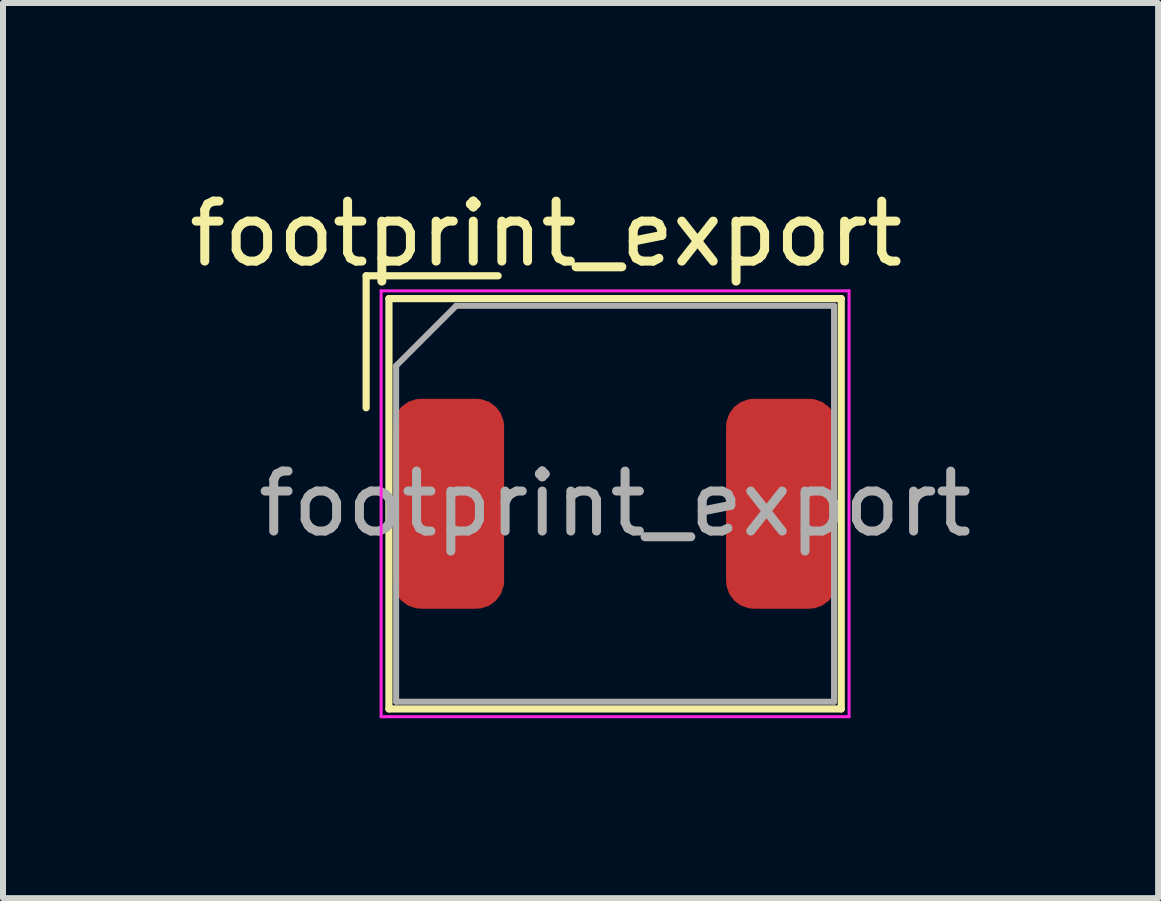
<source format=kicad_pcb>
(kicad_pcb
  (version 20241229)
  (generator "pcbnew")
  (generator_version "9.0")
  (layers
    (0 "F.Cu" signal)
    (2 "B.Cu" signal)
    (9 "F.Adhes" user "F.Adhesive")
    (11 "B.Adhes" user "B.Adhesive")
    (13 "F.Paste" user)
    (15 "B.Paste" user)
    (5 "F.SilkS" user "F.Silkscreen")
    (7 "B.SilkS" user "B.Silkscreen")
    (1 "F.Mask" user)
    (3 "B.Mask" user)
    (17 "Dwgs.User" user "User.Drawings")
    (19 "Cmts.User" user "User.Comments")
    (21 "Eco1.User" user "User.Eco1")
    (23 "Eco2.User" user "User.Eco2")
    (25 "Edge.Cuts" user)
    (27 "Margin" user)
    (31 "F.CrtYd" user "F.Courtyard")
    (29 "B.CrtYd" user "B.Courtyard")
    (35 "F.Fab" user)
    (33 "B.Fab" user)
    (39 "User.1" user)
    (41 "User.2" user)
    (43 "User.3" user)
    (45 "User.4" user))
  (footprint "footprint_export"
    (layer "F.Cu")
    (at 7.204 5.348)
    (property "Reference" "footprint_export" (at -1.15 -4.5 0) (layer "F.SilkS") (effects (font (size 1 1) (thickness 0.15))))
    (attr smd)
    (fp_line (start -4.15 -3.8) (end -1.95 -3.8) (stroke (width 0.12) (type solid)) (layer "F.SilkS"))
    (fp_line (start -4.15 -1.6) (end -4.15 -3.8) (stroke (width 0.12) (type solid)) (layer "F.SilkS"))
    (fp_line (start -3.77 -3.42) (end -3.77 3.42) (stroke (width 0.12) (type solid)) (layer "F.SilkS"))
    (fp_line (start -3.77 -3.42) (end 3.77 -3.42) (stroke (width 0.12) (type solid)) (layer "F.SilkS"))
    (fp_line (start -3.77 3.42) (end 3.77 3.42) (stroke (width 0.12) (type solid)) (layer "F.SilkS"))
    (fp_line (start 3.77 -3.42) (end 3.77 3.42) (stroke (width 0.12) (type solid)) (layer "F.SilkS"))
    (fp_line (start -3.9 -3.55) (end -3.9 3.55) (stroke (width 0.05) (type solid)) (layer "F.CrtYd"))
    (fp_line (start -3.9 -3.55) (end 3.9 -3.55) (stroke (width 0.05) (type solid)) (layer "F.CrtYd"))
    (fp_line (start -3.9 3.55) (end 3.9 3.55) (stroke (width 0.05) (type solid)) (layer "F.CrtYd"))
    (fp_line (start 3.9 -3.55) (end 3.9 3.55) (stroke (width 0.05) (type solid)) (layer "F.CrtYd"))
    (fp_line (start -3.65 -2.3) (end -2.65 -3.3) (stroke (width 0.1) (type solid)) (layer "F.Fab"))
    (fp_line (start -3.65 3.3) (end -3.65 -2.3) (stroke (width 0.1) (type solid)) (layer "F.Fab"))
    (fp_line (start -2.65 -3.3) (end 3.65 -3.3) (stroke (width 0.1) (type solid)) (layer "F.Fab"))
    (fp_line (start 3.65 -3.3) (end 3.65 3.3) (stroke (width 0.1) (type solid)) (layer "F.Fab"))
    (fp_line (start 3.65 3.3) (end -3.65 3.3) (stroke (width 0.1) (type solid)) (layer "F.Fab"))
    (fp_text user "${REFERENCE}" (at 0 0 0) (layer "F.Fab") (effects (font (size 1 1) (thickness 0.15))))
    (pad "1" smd roundrect (at -2.775 0) (size 1.85 3.5) (layers "F.Cu" "F.Mask" "F.Paste") (roundrect_rratio 0.25))
    (pad "2" smd roundrect (at 2.775 0) (size 1.85 3.5) (layers "F.Cu" "F.Mask" "F.Paste") (roundrect_rratio 0.25)))
  (gr_rect
    (start -3 -3)
    (end 16.257 11.923)
    (stroke (width 0.1) (type default))
    (fill no)
    (layer "Edge.Cuts")))
</source>
